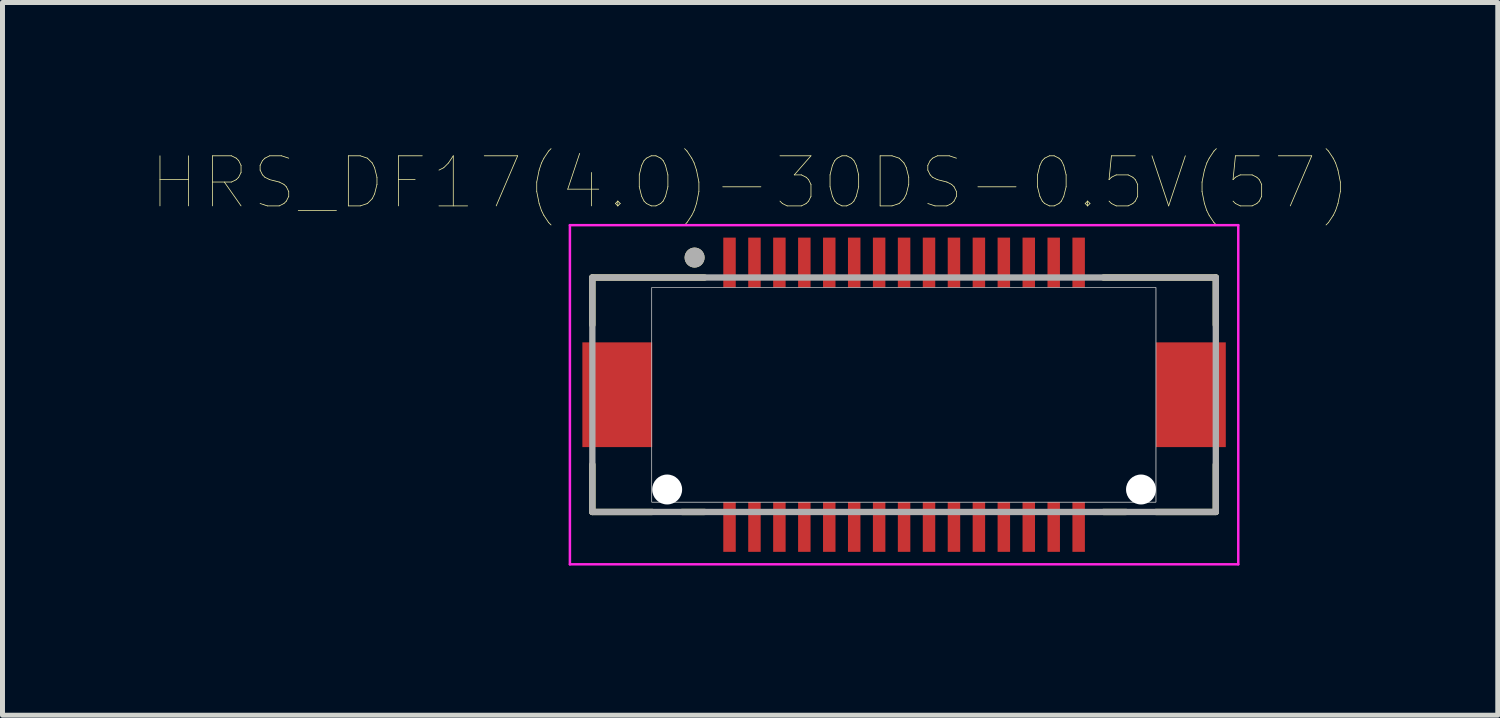
<source format=kicad_pcb>
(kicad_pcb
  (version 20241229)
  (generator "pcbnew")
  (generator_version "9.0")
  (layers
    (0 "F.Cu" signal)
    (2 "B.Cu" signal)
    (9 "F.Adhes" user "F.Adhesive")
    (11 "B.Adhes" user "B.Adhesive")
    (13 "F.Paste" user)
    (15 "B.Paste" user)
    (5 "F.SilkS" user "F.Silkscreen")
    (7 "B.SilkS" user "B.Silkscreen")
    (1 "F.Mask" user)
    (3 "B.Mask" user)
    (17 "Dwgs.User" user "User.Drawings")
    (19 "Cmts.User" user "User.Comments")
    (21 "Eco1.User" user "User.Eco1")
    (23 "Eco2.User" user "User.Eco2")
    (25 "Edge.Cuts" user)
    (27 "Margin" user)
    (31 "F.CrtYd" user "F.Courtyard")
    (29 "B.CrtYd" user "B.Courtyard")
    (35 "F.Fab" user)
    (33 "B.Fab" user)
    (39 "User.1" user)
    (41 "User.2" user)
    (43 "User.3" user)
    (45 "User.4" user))
  (footprint "HRS_DF17(4.0)-30DS-0.5V(57)"
    (layer "F.Cu")
    (at 15.076 4.864)
    (property "Reference" "HRS_DF17(4.0)-30DS-0.5V(57)" (at -3.086 -4.25 0) (layer "F.SilkS") (effects (font (size 1.004 1.004) (thickness 0.015))))
    (attr through_hole)
    (fp_line (start -6.25 -2.35) (end -4 -2.35) (stroke (width 0.127) (type solid)) (layer "F.SilkS"))
    (fp_line (start -6.25 -1.4) (end -6.25 -2.35) (stroke (width 0.127) (type solid)) (layer "F.SilkS"))
    (fp_line (start -6.25 1.4) (end -6.25 2.35) (stroke (width 0.127) (type solid)) (layer "F.SilkS"))
    (fp_line (start -6.25 2.35) (end -5.05 2.35) (stroke (width 0.127) (type solid)) (layer "F.SilkS"))
    (fp_line (start -4.45 2.35) (end -4 2.35) (stroke (width 0.127) (type solid)) (layer "F.SilkS"))
    (fp_line (start 4 -2.35) (end 6.25 -2.35) (stroke (width 0.127) (type solid)) (layer "F.SilkS"))
    (fp_line (start 4.45 2.35) (end 4 2.35) (stroke (width 0.127) (type solid)) (layer "F.SilkS"))
    (fp_line (start 6.25 -2.35) (end 6.25 -1.4) (stroke (width 0.127) (type solid)) (layer "F.SilkS"))
    (fp_line (start 6.25 1.4) (end 6.25 2.35) (stroke (width 0.127) (type solid)) (layer "F.SilkS"))
    (fp_line (start 6.25 2.35) (end 5.05 2.35) (stroke (width 0.127) (type solid)) (layer "F.SilkS"))
    (fp_circle (center -4.2 -2.75) (end -4.1 -2.75) (stroke (width 0.2) (type solid)) (fill no) (layer "F.SilkS"))
    (fp_poly (pts (xy -5.06 -2.15) (xy 5.05 -2.15) (xy 5.05 2.154) (xy -5.06 2.154)) (stroke (width 0.01) (type solid)) (fill no) (layer "Dwgs.User"))
    (fp_poly (pts (xy -5.058 -2.15) (xy 5.05 -2.15) (xy 5.05 2.153) (xy -5.058 2.153)) (stroke (width 0.01) (type solid)) (fill no) (layer "Dwgs.User"))
    (fp_line (start -6.7 -3.4) (end 6.7 -3.4) (stroke (width 0.05) (type solid)) (layer "F.CrtYd"))
    (fp_line (start -6.7 3.4) (end -6.7 -3.4) (stroke (width 0.05) (type solid)) (layer "F.CrtYd"))
    (fp_line (start 6.7 -3.4) (end 6.7 3.4) (stroke (width 0.05) (type solid)) (layer "F.CrtYd"))
    (fp_line (start 6.7 3.4) (end -6.7 3.4) (stroke (width 0.05) (type solid)) (layer "F.CrtYd"))
    (fp_line (start -6.25 -2.35) (end 6.25 -2.35) (stroke (width 0.127) (type solid)) (layer "F.Fab"))
    (fp_line (start -6.25 2.35) (end -6.25 -2.35) (stroke (width 0.127) (type solid)) (layer "F.Fab"))
    (fp_line (start 6.25 -2.35) (end 6.25 2.35) (stroke (width 0.127) (type solid)) (layer "F.Fab"))
    (fp_line (start 6.25 2.35) (end -6.25 2.35) (stroke (width 0.127) (type solid)) (layer "F.Fab"))
    (fp_circle (center -4.2 -2.75) (end -4.1 -2.75) (stroke (width 0.2) (type solid)) (fill no) (layer "F.Fab"))
    (pad "" np_thru_hole circle (at -4.75 1.9) (size 0.6 0.6) (drill 0.6) (layers "*.Cu" "*.Mask"))
    (pad "" np_thru_hole circle (at 4.75 1.9) (size 0.6 0.6) (drill 0.6) (layers "*.Cu" "*.Mask"))
    (pad "1" smd rect (at -3.5 -2.65) (size 0.25 1) (layers "F.Cu" "F.Mask" "F.Paste"))
    (pad "2" smd rect (at -3.5 2.65) (size 0.25 1) (layers "F.Cu" "F.Mask" "F.Paste"))
    (pad "3" smd rect (at -3 -2.65) (size 0.25 1) (layers "F.Cu" "F.Mask" "F.Paste"))
    (pad "4" smd rect (at -3 2.65) (size 0.25 1) (layers "F.Cu" "F.Mask" "F.Paste"))
    (pad "5" smd rect (at -2.5 -2.65) (size 0.25 1) (layers "F.Cu" "F.Mask" "F.Paste"))
    (pad "6" smd rect (at -2.5 2.65) (size 0.25 1) (layers "F.Cu" "F.Mask" "F.Paste"))
    (pad "7" smd rect (at -2 -2.65) (size 0.25 1) (layers "F.Cu" "F.Mask" "F.Paste"))
    (pad "8" smd rect (at -2 2.65) (size 0.25 1) (layers "F.Cu" "F.Mask" "F.Paste"))
    (pad "9" smd rect (at -1.5 -2.65) (size 0.25 1) (layers "F.Cu" "F.Mask" "F.Paste"))
    (pad "10" smd rect (at -1.5 2.65) (size 0.25 1) (layers "F.Cu" "F.Mask" "F.Paste"))
    (pad "11" smd rect (at -1 -2.65) (size 0.25 1) (layers "F.Cu" "F.Mask" "F.Paste"))
    (pad "12" smd rect (at -1 2.65) (size 0.25 1) (layers "F.Cu" "F.Mask" "F.Paste"))
    (pad "13" smd rect (at -0.5 -2.65) (size 0.25 1) (layers "F.Cu" "F.Mask" "F.Paste"))
    (pad "14" smd rect (at -0.5 2.65) (size 0.25 1) (layers "F.Cu" "F.Mask" "F.Paste"))
    (pad "15" smd rect (at 0 -2.65) (size 0.25 1) (layers "F.Cu" "F.Mask" "F.Paste"))
    (pad "16" smd rect (at 0 2.65) (size 0.25 1) (layers "F.Cu" "F.Mask" "F.Paste"))
    (pad "17" smd rect (at 0.5 -2.65) (size 0.25 1) (layers "F.Cu" "F.Mask" "F.Paste"))
    (pad "18" smd rect (at 0.5 2.65) (size 0.25 1) (layers "F.Cu" "F.Mask" "F.Paste"))
    (pad "19" smd rect (at 1 -2.65) (size 0.25 1) (layers "F.Cu" "F.Mask" "F.Paste"))
    (pad "20" smd rect (at 1 2.65) (size 0.25 1) (layers "F.Cu" "F.Mask" "F.Paste"))
    (pad "21" smd rect (at 1.5 -2.65) (size 0.25 1) (layers "F.Cu" "F.Mask" "F.Paste"))
    (pad "22" smd rect (at 1.5 2.65) (size 0.25 1) (layers "F.Cu" "F.Mask" "F.Paste"))
    (pad "23" smd rect (at 2 -2.65) (size 0.25 1) (layers "F.Cu" "F.Mask" "F.Paste"))
    (pad "24" smd rect (at 2 2.65) (size 0.25 1) (layers "F.Cu" "F.Mask" "F.Paste"))
    (pad "25" smd rect (at 2.5 -2.65) (size 0.25 1) (layers "F.Cu" "F.Mask" "F.Paste"))
    (pad "26" smd rect (at 2.5 2.65) (size 0.25 1) (layers "F.Cu" "F.Mask" "F.Paste"))
    (pad "27" smd rect (at 3 -2.65) (size 0.25 1) (layers "F.Cu" "F.Mask" "F.Paste"))
    (pad "28" smd rect (at 3 2.65) (size 0.25 1) (layers "F.Cu" "F.Mask" "F.Paste"))
    (pad "29" smd rect (at 3.5 -2.65) (size 0.25 1) (layers "F.Cu" "F.Mask" "F.Paste"))
    (pad "30" smd rect (at 3.5 2.65) (size 0.25 1) (layers "F.Cu" "F.Mask" "F.Paste"))
    (pad "S1" smd rect (at -5.75 0) (size 1.4 2.1) (layers "F.Cu" "F.Mask" "F.Paste"))
    (pad "S2" smd rect (at 5.75 0) (size 1.4 2.1) (layers "F.Cu" "F.Mask" "F.Paste")))
  (gr_rect
    (start -3 -3)
    (end 26.979 11.289)
    (stroke (width 0.1) (type default))
    (fill no)
    (layer "Edge.Cuts")))
</source>
